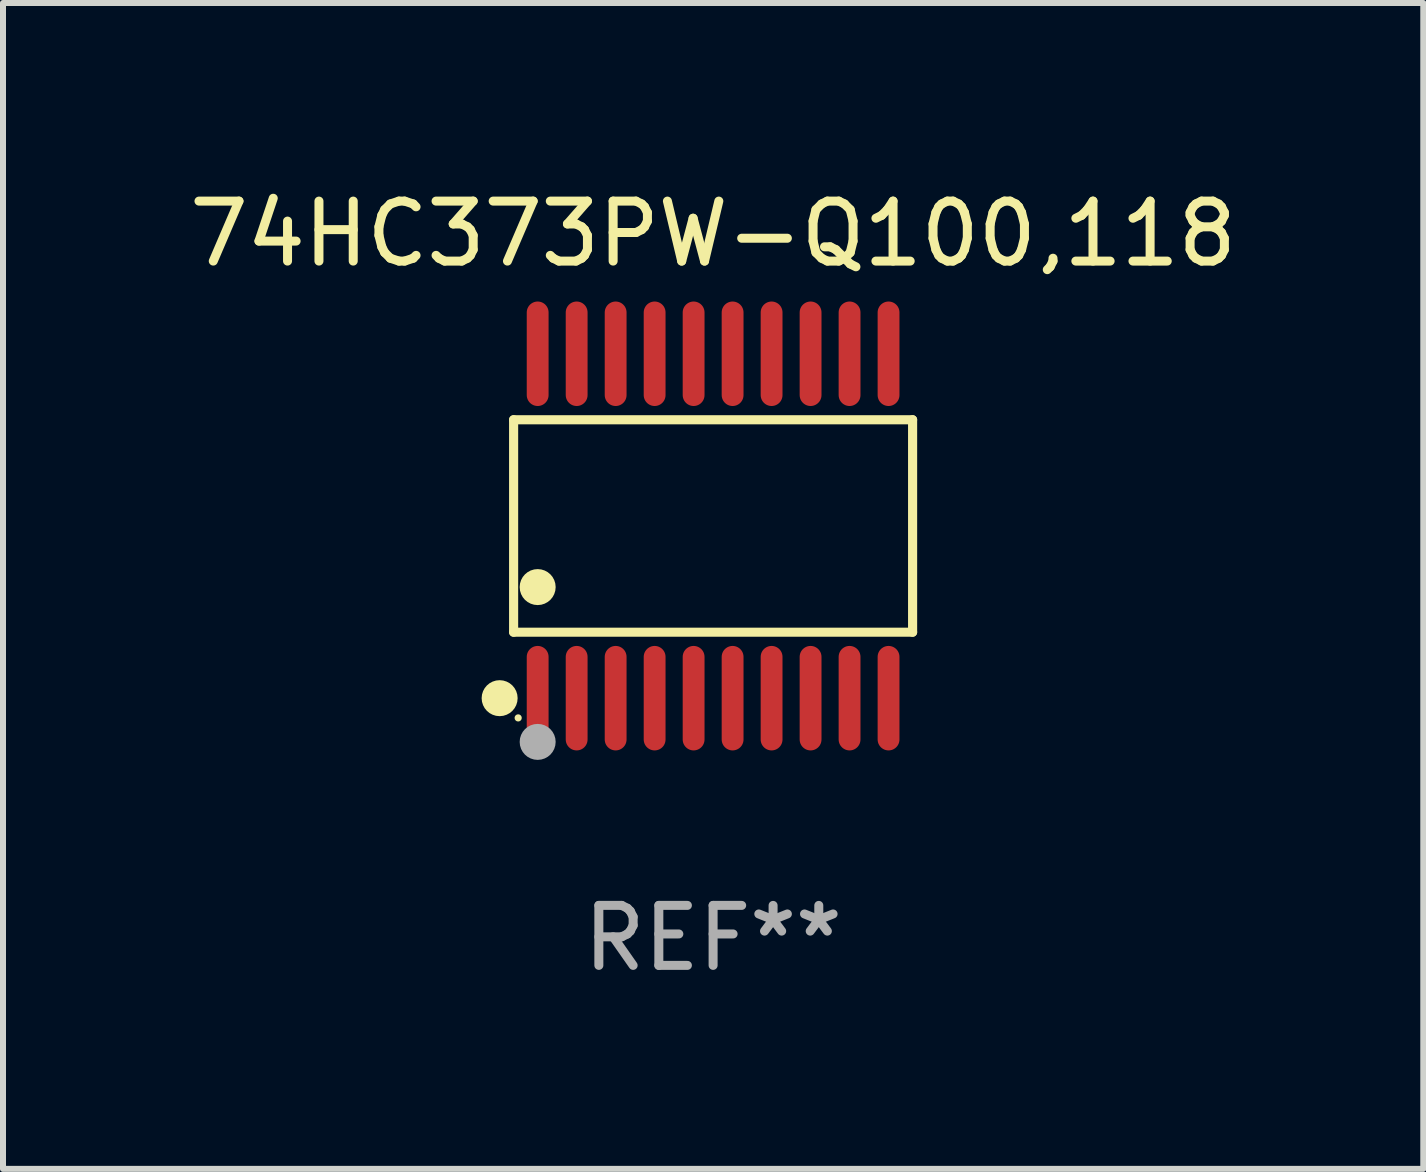
<source format=kicad_pcb>
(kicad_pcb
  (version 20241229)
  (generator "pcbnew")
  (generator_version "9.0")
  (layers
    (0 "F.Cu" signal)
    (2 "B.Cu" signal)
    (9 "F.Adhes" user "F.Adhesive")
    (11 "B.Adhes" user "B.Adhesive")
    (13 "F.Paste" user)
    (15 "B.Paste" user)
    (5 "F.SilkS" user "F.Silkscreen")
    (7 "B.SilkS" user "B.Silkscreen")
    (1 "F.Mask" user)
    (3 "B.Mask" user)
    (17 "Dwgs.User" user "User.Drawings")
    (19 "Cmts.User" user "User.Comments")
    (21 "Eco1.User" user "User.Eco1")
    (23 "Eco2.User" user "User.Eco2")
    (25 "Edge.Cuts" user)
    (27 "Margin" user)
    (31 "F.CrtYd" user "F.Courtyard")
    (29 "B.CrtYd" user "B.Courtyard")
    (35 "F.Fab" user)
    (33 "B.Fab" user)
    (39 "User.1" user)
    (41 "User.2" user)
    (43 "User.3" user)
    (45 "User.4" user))
  (footprint "74HC373PW-Q100,118"
    (layer "F.Cu")
    (at 8.839 5.719)
    (property "Reference" "74HC373PW-Q100,118" (at 0 -4.871 0) (layer "F.SilkS") (effects (font (size 1 1) (thickness 0.15))))
    (attr through_hole)
    (fp_line (start -3.326 -1.771) (end 3.326 -1.771) (stroke (width 0.152) (type solid)) (layer "F.SilkS"))
    (fp_line (start -3.326 1.771) (end -3.326 -1.771) (stroke (width 0.152) (type solid)) (layer "F.SilkS"))
    (fp_line (start 3.326 -1.771) (end 3.326 1.771) (stroke (width 0.152) (type solid)) (layer "F.SilkS"))
    (fp_line (start 3.326 1.771) (end -3.326 1.771) (stroke (width 0.152) (type solid)) (layer "F.SilkS"))
    (fp_circle (center -3.559 2.871) (end -3.409 2.871) (stroke (width 0.3) (type solid)) (fill no) (layer "F.SilkS"))
    (fp_circle (center -3.25 3.2) (end -3.22 3.2) (stroke (width 0.06) (type solid)) (fill no) (layer "F.SilkS"))
    (fp_circle (center -2.925 1.019) (end -2.775 1.019) (stroke (width 0.3) (type solid)) (fill no) (layer "F.SilkS"))
    (fp_circle (center -2.925 3.6) (end -2.775 3.6) (stroke (width 0.3) (type solid)) (fill no) (layer "F.Fab"))
    (fp_text user "REF**" (at 0 6.871 0) (layer "F.Fab") (effects (font (size 1 1) (thickness 0.15))))
    (pad "1" smd oval (at -2.925 2.871) (size 0.364 1.742) (layers "F.Cu" "F.Mask" "F.Paste"))
    (pad "2" smd oval (at -2.275 2.871) (size 0.364 1.742) (layers "F.Cu" "F.Mask" "F.Paste"))
    (pad "3" smd oval (at -1.625 2.871) (size 0.364 1.742) (layers "F.Cu" "F.Mask" "F.Paste"))
    (pad "4" smd oval (at -0.975 2.871) (size 0.364 1.742) (layers "F.Cu" "F.Mask" "F.Paste"))
    (pad "5" smd oval (at -0.325 2.871) (size 0.364 1.742) (layers "F.Cu" "F.Mask" "F.Paste"))
    (pad "6" smd oval (at 0.325 2.871) (size 0.364 1.742) (layers "F.Cu" "F.Mask" "F.Paste"))
    (pad "7" smd oval (at 0.975 2.871) (size 0.364 1.742) (layers "F.Cu" "F.Mask" "F.Paste"))
    (pad "8" smd oval (at 1.625 2.871) (size 0.364 1.742) (layers "F.Cu" "F.Mask" "F.Paste"))
    (pad "9" smd oval (at 2.275 2.871) (size 0.364 1.742) (layers "F.Cu" "F.Mask" "F.Paste"))
    (pad "10" smd oval (at 2.925 2.871) (size 0.364 1.742) (layers "F.Cu" "F.Mask" "F.Paste"))
    (pad "11" smd oval (at 2.925 -2.871) (size 0.364 1.742) (layers "F.Cu" "F.Mask" "F.Paste"))
    (pad "12" smd oval (at 2.275 -2.871) (size 0.364 1.742) (layers "F.Cu" "F.Mask" "F.Paste"))
    (pad "13" smd oval (at 1.625 -2.871) (size 0.364 1.742) (layers "F.Cu" "F.Mask" "F.Paste"))
    (pad "14" smd oval (at 0.975 -2.871) (size 0.364 1.742) (layers "F.Cu" "F.Mask" "F.Paste"))
    (pad "15" smd oval (at 0.325 -2.871) (size 0.364 1.742) (layers "F.Cu" "F.Mask" "F.Paste"))
    (pad "16" smd oval (at -0.325 -2.871) (size 0.364 1.742) (layers "F.Cu" "F.Mask" "F.Paste"))
    (pad "17" smd oval (at -0.975 -2.871) (size 0.364 1.742) (layers "F.Cu" "F.Mask" "F.Paste"))
    (pad "18" smd oval (at -1.625 -2.871) (size 0.364 1.742) (layers "F.Cu" "F.Mask" "F.Paste"))
    (pad "19" smd oval (at -2.275 -2.871) (size 0.364 1.742) (layers "F.Cu" "F.Mask" "F.Paste"))
    (pad "20" smd oval (at -2.925 -2.871) (size 0.364 1.742) (layers "F.Cu" "F.Mask" "F.Paste")))
  (gr_rect
    (start -3 -3)
    (end 20.679 16.438)
    (stroke (width 0.1) (type default))
    (fill no)
    (layer "Edge.Cuts")))
</source>
